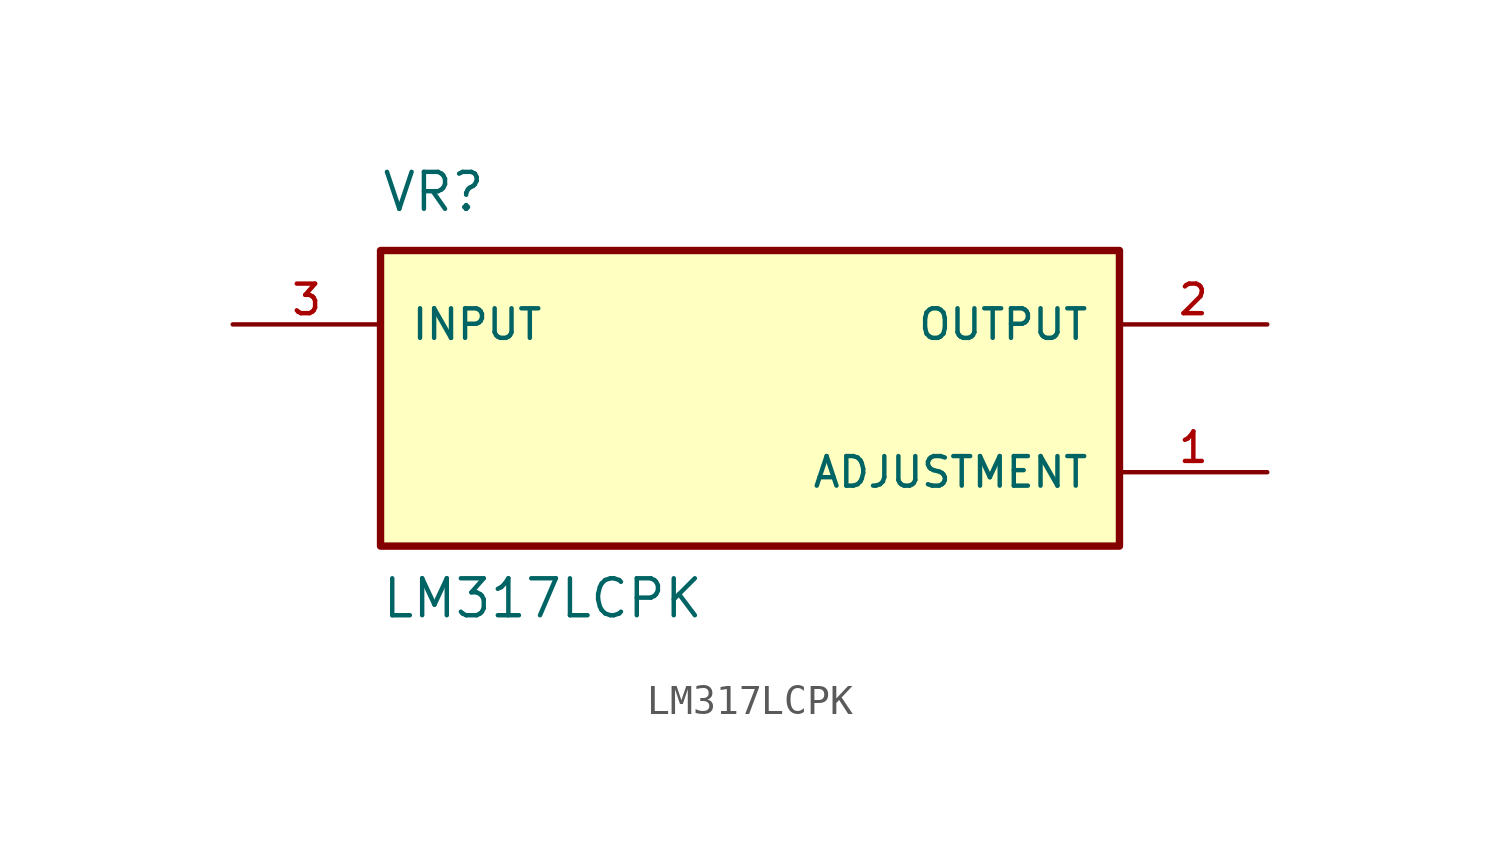
<source format=kicad_sym>
(kicad_symbol_lib
  (version 20211014)
  (generator kicad_symbol_editor)
  (symbol "LM317LCPK"
    (pin_names
      (offset 1.016))
    (property "Reference" "VR"
      (at -12.7 6.35 0)
      (effects (font (size 1.27 1.27)) (justify bottom left)))
    (property "Value" "LM317LCPK"
      (at -12.7 -7.62 0)
      (effects (font (size 1.27 1.27)) (justify bottom left)))
    (symbol "LM317LCPK_0_0"
      (rectangle (start -12.7 -5.08) (end 12.7 5.08) (stroke (width 0.254)) (fill (type background)))
      (pin input line (at -17.78 2.54 0) (length 5.08) (name "INPUT" (effects (font (size 1.016 1.016)))) (number "3" (effects (font (size 1.016 1.016)))))
      (pin passive line (at 17.78 -2.54 180.0) (length 5.08) (name "ADJUSTMENT" (effects (font (size 1.016 1.016)))) (number "1" (effects (font (size 1.016 1.016)))))
      (pin output line (at 17.78 2.54 180.0) (length 5.08) (name "OUTPUT" (effects (font (size 1.016 1.016)))) (number "2" (effects (font (size 1.016 1.016))))))))
</source>
